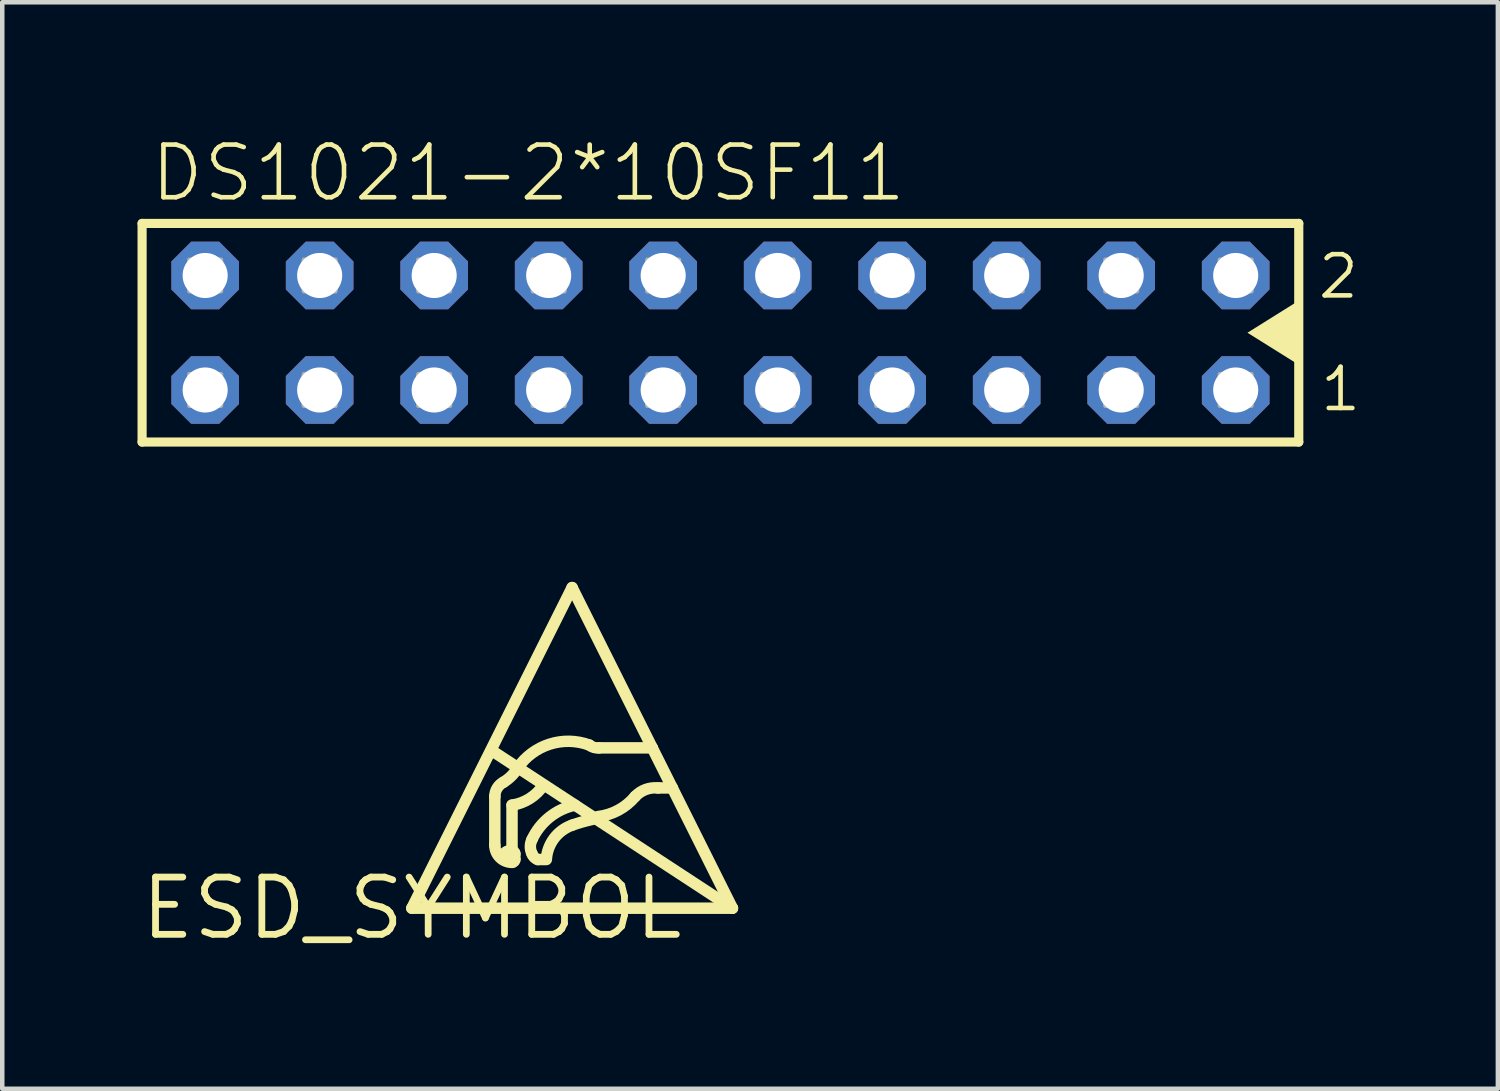
<source format=kicad_pcb>
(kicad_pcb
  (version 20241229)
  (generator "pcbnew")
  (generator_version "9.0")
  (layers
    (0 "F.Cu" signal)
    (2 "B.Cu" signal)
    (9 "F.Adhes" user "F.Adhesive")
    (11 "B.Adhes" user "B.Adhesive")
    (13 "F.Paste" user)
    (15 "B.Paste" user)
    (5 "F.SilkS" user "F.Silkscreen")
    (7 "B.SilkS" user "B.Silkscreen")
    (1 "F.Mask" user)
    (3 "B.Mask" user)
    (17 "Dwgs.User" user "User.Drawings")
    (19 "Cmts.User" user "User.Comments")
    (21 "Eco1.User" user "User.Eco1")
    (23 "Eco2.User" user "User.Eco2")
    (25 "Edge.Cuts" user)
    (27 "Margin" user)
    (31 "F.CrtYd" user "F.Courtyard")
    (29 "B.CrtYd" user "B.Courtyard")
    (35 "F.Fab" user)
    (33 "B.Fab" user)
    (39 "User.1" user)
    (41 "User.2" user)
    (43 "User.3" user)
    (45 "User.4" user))
  (footprint "ESD_SYMBOL"
    (layer "F.Cu")
    (at 6.085 17.096)
    (property "Reference" "ESD_SYMBOL" (at 0 0 0) (layer "F.SilkS") (effects (font (size 1.27 1.27) (thickness 0.15))))
    (fp_line (start 0 0) (end 7.112 0) (stroke (width 0.254) (type solid)) (layer "F.SilkS"))
    (fp_line (start 1.778 -3.493) (end 7.112 0) (stroke (width 0.254) (type solid)) (layer "F.SilkS"))
    (fp_line (start 1.841 -2.477) (end 1.841 -1.397) (stroke (width 0.254) (type solid)) (layer "F.SilkS"))
    (fp_line (start 2.223 -1.27) (end 2.159 -1.27) (stroke (width 0.254) (type solid)) (layer "F.SilkS"))
    (fp_line (start 2.223 -1.27) (end 2.223 -2.286) (stroke (width 0.254) (type solid)) (layer "F.SilkS"))
    (fp_line (start 2.286 -1.079) (end 2.286 -1.206) (stroke (width 0.254) (type solid)) (layer "F.SilkS"))
    (fp_line (start 2.794 -1.079) (end 2.946 -1.079) (stroke (width 0.254) (type solid)) (layer "F.SilkS"))
    (fp_line (start 3.556 -7.112) (end 0 0) (stroke (width 0.254) (type solid)) (layer "F.SilkS"))
    (fp_line (start 4.154 -3.556) (end 5.334 -3.556) (stroke (width 0.254) (type solid)) (layer "F.SilkS"))
    (fp_line (start 5.334 -3.556) (end 3.556 -7.112) (stroke (width 0.254) (type solid)) (layer "F.SilkS"))
    (fp_line (start 5.779 -2.667) (end 5.334 -3.556) (stroke (width 0.254) (type solid)) (layer "F.SilkS"))
    (fp_line (start 5.779 -2.667) (end 5.461 -2.667) (stroke (width 0.254) (type solid)) (layer "F.SilkS"))
    (fp_line (start 7.112 0) (end 5.779 -2.667) (stroke (width 0.254) (type solid)) (layer "F.SilkS"))
    (fp_arc (start 1.841499 -2.476499) (mid 1.892745 -2.661652) (end 2.032 -2.794) (stroke (width 0.254) (type solid)) (layer "F.SilkS"))
    (fp_arc (start 2.032 -1.143) (mid 2.069197 -1.232803) (end 2.159 -1.27) (stroke (width 0.254) (type solid)) (layer "F.SilkS"))
    (fp_arc (start 2.2225 -1.27) (mid 2.267401 -1.251401) (end 2.286 -1.2065) (stroke (width 0.254) (type solid)) (layer "F.SilkS"))
    (fp_arc (start 2.2225 -1.016) (mid 1.953092 -1.127592) (end 1.8415 -1.397) (stroke (width 0.254) (type solid)) (layer "F.SilkS"))
    (fp_arc (start 2.285999 -1.079499) (mid 2.26743 -1.034569) (end 2.2225 -1.016) (stroke (width 0.254) (type solid)) (layer "F.SilkS"))
    (fp_arc (start 2.3495 -3.1115) (mid 2.210301 -2.933199) (end 2.032 -2.794) (stroke (width 0.254) (type solid)) (layer "F.SilkS"))
    (fp_arc (start 2.3495 -3.1115) (mid 3.056084 -3.637891) (end 3.936999 -3.619499) (stroke (width 0.254) (type solid)) (layer "F.SilkS"))
    (fp_arc (start 2.666999 -1.524) (mid 3.053291 -2.017449) (end 3.6195 -2.286) (stroke (width 0.254) (type solid)) (layer "F.SilkS"))
    (fp_arc (start 2.667 -1.2065) (mid 2.629535 -1.36525) (end 2.667 -1.524) (stroke (width 0.254) (type solid)) (layer "F.SilkS"))
    (fp_arc (start 2.794 -1.0795) (mid 2.71551 -1.12801) (end 2.667 -1.2065) (stroke (width 0.254) (type solid)) (layer "F.SilkS"))
    (fp_arc (start 2.921 -2.7305) (mid 2.61894 -2.434094) (end 2.2225 -2.285999) (stroke (width 0.254) (type solid)) (layer "F.SilkS"))
    (fp_arc (start 2.984499 -1.079501) (mid 3.15485 -1.54705) (end 3.556 -1.8415) (stroke (width 0.254) (type solid)) (layer "F.SilkS"))
    (fp_arc (start 3.556 -1.8415) (mid 3.776318 -1.911761) (end 4.0005 -1.9685) (stroke (width 0.254) (type solid)) (layer "F.SilkS"))
    (fp_arc (start 4.153799 -3.556) (mid 4.039085 -3.566192) (end 3.937 -3.6195) (stroke (width 0.254) (type solid)) (layer "F.SilkS"))
    (fp_arc (start 4.952999 -2.4765) (mid 5.184516 -2.631706) (end 5.461 -2.667) (stroke (width 0.254) (type solid)) (layer "F.SilkS"))
    (fp_arc (start 4.953 -2.4765) (mid 4.583049 -2.174767) (end 4.1275 -2.032) (stroke (width 0.254) (type solid)) (layer "F.SilkS")))
  (footprint "DS1021-2*10SF11"
    (layer "F.Cu")
    (at 1.501 5.601)
    (property "Reference" "DS1021-2*10SF11" (at -1.27 -4.128 0) (layer "F.SilkS") (effects (font (size 1.168 1.168) (thickness 0.102)) (justify left bottom)))
    (fp_line (start -1.399 -3.695) (end 24.259 -3.695) (stroke (width 0.203) (type solid)) (layer "F.SilkS"))
    (fp_line (start -1.399 1.155) (end -1.399 -3.695) (stroke (width 0.203) (type solid)) (layer "F.SilkS"))
    (fp_line (start 24.259 -3.695) (end 24.259 1.155) (stroke (width 0.203) (type solid)) (layer "F.SilkS"))
    (fp_line (start 24.259 1.155) (end -1.399 1.155) (stroke (width 0.203) (type solid)) (layer "F.SilkS"))
    (fp_poly (pts (xy 24.32 -0.52) (xy 23.121 -1.27) (xy 24.32 -2.02)) (stroke (width 0) (type solid)) (fill yes) (layer "F.SilkS"))
    (fp_poly (pts (xy -0.35 -2.19) (xy 0.35 -2.19) (xy 0.35 -2.89) (xy -0.35 -2.89)) (stroke (width 0.1) (type solid)) (fill no) (layer "F.Fab"))
    (fp_poly (pts (xy -0.35 0.35) (xy 0.35 0.35) (xy 0.35 -0.35) (xy -0.35 -0.35)) (stroke (width 0.1) (type solid)) (fill no) (layer "F.Fab"))
    (fp_poly (pts (xy 2.19 -2.19) (xy 2.89 -2.19) (xy 2.89 -2.89) (xy 2.19 -2.89)) (stroke (width 0.1) (type solid)) (fill no) (layer "F.Fab"))
    (fp_poly (pts (xy 2.19 0.35) (xy 2.89 0.35) (xy 2.89 -0.35) (xy 2.19 -0.35)) (stroke (width 0.1) (type solid)) (fill no) (layer "F.Fab"))
    (fp_poly (pts (xy 4.73 -2.19) (xy 5.43 -2.19) (xy 5.43 -2.89) (xy 4.73 -2.89)) (stroke (width 0.1) (type solid)) (fill no) (layer "F.Fab"))
    (fp_poly (pts (xy 4.73 0.35) (xy 5.43 0.35) (xy 5.43 -0.35) (xy 4.73 -0.35)) (stroke (width 0.1) (type solid)) (fill no) (layer "F.Fab"))
    (fp_poly (pts (xy 7.27 -2.19) (xy 7.97 -2.19) (xy 7.97 -2.89) (xy 7.27 -2.89)) (stroke (width 0.1) (type solid)) (fill no) (layer "F.Fab"))
    (fp_poly (pts (xy 7.27 0.35) (xy 7.97 0.35) (xy 7.97 -0.35) (xy 7.27 -0.35)) (stroke (width 0.1) (type solid)) (fill no) (layer "F.Fab"))
    (fp_poly (pts (xy 9.81 -2.19) (xy 10.51 -2.19) (xy 10.51 -2.89) (xy 9.81 -2.89)) (stroke (width 0.1) (type solid)) (fill no) (layer "F.Fab"))
    (fp_poly (pts (xy 9.81 0.35) (xy 10.51 0.35) (xy 10.51 -0.35) (xy 9.81 -0.35)) (stroke (width 0.1) (type solid)) (fill no) (layer "F.Fab"))
    (fp_poly (pts (xy 12.35 -2.19) (xy 13.05 -2.19) (xy 13.05 -2.89) (xy 12.35 -2.89)) (stroke (width 0.1) (type solid)) (fill no) (layer "F.Fab"))
    (fp_poly (pts (xy 12.35 0.35) (xy 13.05 0.35) (xy 13.05 -0.35) (xy 12.35 -0.35)) (stroke (width 0.1) (type solid)) (fill no) (layer "F.Fab"))
    (fp_poly (pts (xy 14.89 -2.19) (xy 15.59 -2.19) (xy 15.59 -2.89) (xy 14.89 -2.89)) (stroke (width 0.1) (type solid)) (fill no) (layer "F.Fab"))
    (fp_poly (pts (xy 14.89 0.35) (xy 15.59 0.35) (xy 15.59 -0.35) (xy 14.89 -0.35)) (stroke (width 0.1) (type solid)) (fill no) (layer "F.Fab"))
    (fp_poly (pts (xy 17.43 -2.19) (xy 18.13 -2.19) (xy 18.13 -2.89) (xy 17.43 -2.89)) (stroke (width 0.1) (type solid)) (fill no) (layer "F.Fab"))
    (fp_poly (pts (xy 17.43 0.35) (xy 18.13 0.35) (xy 18.13 -0.35) (xy 17.43 -0.35)) (stroke (width 0.1) (type solid)) (fill no) (layer "F.Fab"))
    (fp_poly (pts (xy 19.97 -2.19) (xy 20.67 -2.19) (xy 20.67 -2.89) (xy 19.97 -2.89)) (stroke (width 0.1) (type solid)) (fill no) (layer "F.Fab"))
    (fp_poly (pts (xy 19.97 0.35) (xy 20.67 0.35) (xy 20.67 -0.35) (xy 19.97 -0.35)) (stroke (width 0.1) (type solid)) (fill no) (layer "F.Fab"))
    (fp_poly (pts (xy 22.51 -2.19) (xy 23.21 -2.19) (xy 23.21 -2.89) (xy 22.51 -2.89)) (stroke (width 0.1) (type solid)) (fill no) (layer "F.Fab"))
    (fp_poly (pts (xy 22.51 0.35) (xy 23.21 0.35) (xy 23.21 -0.35) (xy 22.51 -0.35)) (stroke (width 0.1) (type solid)) (fill no) (layer "F.Fab"))
    (fp_text user "2" (at 24.636 -1.982 0) (layer "F.SilkS") (effects (font (size 0.914 0.914) (thickness 0.102)) (justify left bottom)))
    (fp_text user "1" (at 24.684 0.516 0) (layer "F.SilkS") (effects (font (size 0.914 0.914) (thickness 0.102)) (justify left bottom)))
    (pad "1" thru_hole roundrect (at 22.86 0 180) (size 1.5 1.5) (drill 1) (layers "*.Cu" "*.Mask") (roundrect_rratio 0.25) (chamfer_ratio 0.293) (chamfer top_left top_right bottom_left bottom_right))
    (pad "2" thru_hole roundrect (at 22.86 -2.54 180) (size 1.5 1.5) (drill 1) (layers "*.Cu" "*.Mask") (roundrect_rratio 0.25) (chamfer_ratio 0.293) (chamfer top_left top_right bottom_left bottom_right))
    (pad "3" thru_hole roundrect (at 20.32 0 180) (size 1.5 1.5) (drill 1) (layers "*.Cu" "*.Mask") (roundrect_rratio 0.25) (chamfer_ratio 0.293) (chamfer top_left top_right bottom_left bottom_right))
    (pad "4" thru_hole roundrect (at 20.32 -2.54 180) (size 1.5 1.5) (drill 1) (layers "*.Cu" "*.Mask") (roundrect_rratio 0.25) (chamfer_ratio 0.293) (chamfer top_left top_right bottom_left bottom_right))
    (pad "5" thru_hole roundrect (at 17.78 0 180) (size 1.5 1.5) (drill 1) (layers "*.Cu" "*.Mask") (roundrect_rratio 0.25) (chamfer_ratio 0.293) (chamfer top_left top_right bottom_left bottom_right))
    (pad "6" thru_hole roundrect (at 17.78 -2.54 180) (size 1.5 1.5) (drill 1) (layers "*.Cu" "*.Mask") (roundrect_rratio 0.25) (chamfer_ratio 0.293) (chamfer top_left top_right bottom_left bottom_right))
    (pad "7" thru_hole roundrect (at 15.24 0 180) (size 1.5 1.5) (drill 1) (layers "*.Cu" "*.Mask") (roundrect_rratio 0.25) (chamfer_ratio 0.293) (chamfer top_left top_right bottom_left bottom_right))
    (pad "8" thru_hole roundrect (at 15.24 -2.54 180) (size 1.5 1.5) (drill 1) (layers "*.Cu" "*.Mask") (roundrect_rratio 0.25) (chamfer_ratio 0.293) (chamfer top_left top_right bottom_left bottom_right))
    (pad "9" thru_hole roundrect (at 12.7 0 180) (size 1.5 1.5) (drill 1) (layers "*.Cu" "*.Mask") (roundrect_rratio 0.25) (chamfer_ratio 0.293) (chamfer top_left top_right bottom_left bottom_right))
    (pad "10" thru_hole roundrect (at 12.7 -2.54 180) (size 1.5 1.5) (drill 1) (layers "*.Cu" "*.Mask") (roundrect_rratio 0.25) (chamfer_ratio 0.293) (chamfer top_left top_right bottom_left bottom_right))
    (pad "11" thru_hole roundrect (at 10.16 0 180) (size 1.5 1.5) (drill 1) (layers "*.Cu" "*.Mask") (roundrect_rratio 0.25) (chamfer_ratio 0.293) (chamfer top_left top_right bottom_left bottom_right))
    (pad "12" thru_hole roundrect (at 10.16 -2.54 180) (size 1.5 1.5) (drill 1) (layers "*.Cu" "*.Mask") (roundrect_rratio 0.25) (chamfer_ratio 0.293) (chamfer top_left top_right bottom_left bottom_right))
    (pad "13" thru_hole roundrect (at 7.62 0 180) (size 1.5 1.5) (drill 1) (layers "*.Cu" "*.Mask") (roundrect_rratio 0.25) (chamfer_ratio 0.293) (chamfer top_left top_right bottom_left bottom_right))
    (pad "14" thru_hole roundrect (at 7.62 -2.54 180) (size 1.5 1.5) (drill 1) (layers "*.Cu" "*.Mask") (roundrect_rratio 0.25) (chamfer_ratio 0.293) (chamfer top_left top_right bottom_left bottom_right))
    (pad "15" thru_hole roundrect (at 5.08 0 180) (size 1.5 1.5) (drill 1) (layers "*.Cu" "*.Mask") (roundrect_rratio 0.25) (chamfer_ratio 0.293) (chamfer top_left top_right bottom_left bottom_right))
    (pad "16" thru_hole roundrect (at 5.08 -2.54 180) (size 1.5 1.5) (drill 1) (layers "*.Cu" "*.Mask") (roundrect_rratio 0.25) (chamfer_ratio 0.293) (chamfer top_left top_right bottom_left bottom_right))
    (pad "17" thru_hole roundrect (at 2.54 0 180) (size 1.5 1.5) (drill 1) (layers "*.Cu" "*.Mask") (roundrect_rratio 0.25) (chamfer_ratio 0.293) (chamfer top_left top_right bottom_left bottom_right))
    (pad "18" thru_hole roundrect (at 2.54 -2.54 180) (size 1.5 1.5) (drill 1) (layers "*.Cu" "*.Mask") (roundrect_rratio 0.25) (chamfer_ratio 0.293) (chamfer top_left top_right bottom_left bottom_right))
    (pad "19" thru_hole roundrect (at 0 0 180) (size 1.5 1.5) (drill 1) (layers "*.Cu" "*.Mask") (roundrect_rratio 0.25) (chamfer_ratio 0.293) (chamfer top_left top_right bottom_left bottom_right))
    (pad "20" thru_hole roundrect (at 0 -2.54 180) (size 1.5 1.5) (drill 1) (layers "*.Cu" "*.Mask") (roundrect_rratio 0.25) (chamfer_ratio 0.293) (chamfer top_left top_right bottom_left bottom_right)))
  (gr_rect
    (start -3 -3)
    (end 30.177 21.102)
    (stroke (width 0.1) (type default))
    (fill no)
    (layer "Edge.Cuts")))
</source>
